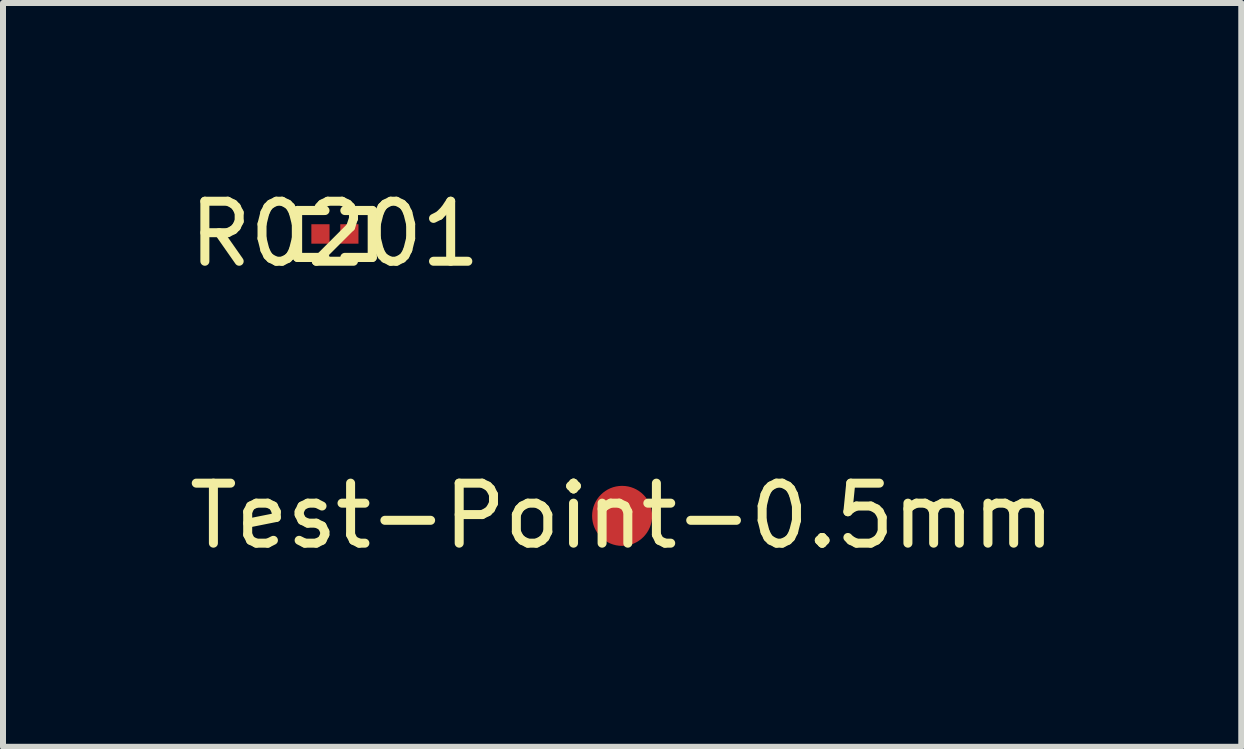
<source format=kicad_pcb>
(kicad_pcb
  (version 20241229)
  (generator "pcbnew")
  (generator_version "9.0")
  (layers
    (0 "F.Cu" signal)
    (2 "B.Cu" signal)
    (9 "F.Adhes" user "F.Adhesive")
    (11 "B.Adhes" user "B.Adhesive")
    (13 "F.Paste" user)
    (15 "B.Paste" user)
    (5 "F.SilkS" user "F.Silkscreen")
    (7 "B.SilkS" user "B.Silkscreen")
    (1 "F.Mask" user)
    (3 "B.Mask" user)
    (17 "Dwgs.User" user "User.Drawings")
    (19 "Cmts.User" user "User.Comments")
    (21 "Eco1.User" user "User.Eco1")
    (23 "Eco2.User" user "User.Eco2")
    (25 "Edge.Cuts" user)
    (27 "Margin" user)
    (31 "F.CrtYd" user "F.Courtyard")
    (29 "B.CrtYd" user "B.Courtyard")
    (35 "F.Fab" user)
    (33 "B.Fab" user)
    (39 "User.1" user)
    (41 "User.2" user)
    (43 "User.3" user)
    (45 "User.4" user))
  (footprint "Test-Point-0.5mm"
    (layer "F.Cu")
    (at 7.315 5.545)
    (property "Reference" "Test-Point-0.5mm" (at 0 0 0) (layer "F.SilkS") (effects (font (size 1 1) (thickness 0.15))))
    (pad "1" smd circle (at 0 0) (size 1 1) (layers "F.Cu" "F.Mask" "F.Paste")))
  (footprint "R0201"
    (layer "F.Cu")
    (at 2.53 0.848)
    (property "Reference" "R0201" (at 0 0 0) (layer "F.SilkS") (effects (font (size 1 1) (thickness 0.15))))
    (fp_line (start -0.622 -0.391) (end -0.166 -0.391) (stroke (width 0.152) (type default)) (layer "F.SilkS"))
    (fp_line (start -0.622 0.391) (end -0.622 -0.391) (stroke (width 0.152) (type default)) (layer "F.SilkS"))
    (fp_line (start -0.166 0.391) (end -0.622 0.391) (stroke (width 0.152) (type default)) (layer "F.SilkS"))
    (fp_line (start 0.166 0.391) (end 0.622 0.391) (stroke (width 0.152) (type default)) (layer "F.SilkS"))
    (fp_line (start 0.622 -0.391) (end 0.166 -0.391) (stroke (width 0.152) (type default)) (layer "F.SilkS"))
    (fp_line (start 0.622 0.391) (end 0.622 -0.391) (stroke (width 0.152) (type default)) (layer "F.SilkS"))
    (fp_poly (pts (xy -0.081 0.138) (xy -0.081 -0.138) (xy -0.105 -0.162) (xy -0.369 -0.162) (xy -0.393 -0.138) (xy -0.393 0.138) (xy -0.369 0.162) (xy -0.105 0.162)) (stroke (width 0) (type default)) (fill yes) (layer "F.Paste"))
    (fp_poly (pts (xy 0.081 0.138) (xy 0.081 -0.138) (xy 0.105 -0.162) (xy 0.369 -0.162) (xy 0.393 -0.138) (xy 0.393 0.138) (xy 0.369 0.162) (xy 0.105 0.162)) (stroke (width 0) (type default)) (fill yes) (layer "F.Paste"))
    (fp_poly (pts (xy -0.3 0.15) (xy -0.3 -0.15) (xy -0.15 -0.15) (xy -0.15 0.15)) (stroke (width 0.1) (type default)) (fill no) (layer "User.1"))
    (fp_poly (pts (xy 0.3 0.15) (xy 0.3 -0.15) (xy 0.15 -0.15) (xy 0.15 0.15)) (stroke (width 0.1) (type default)) (fill no) (layer "User.1"))
    (fp_line (start -0.3 -0.15) (end 0.3 -0.15) (stroke (width 0.051) (type default)) (layer "User.2"))
    (fp_line (start -0.3 0.15) (end -0.3 -0.15) (stroke (width 0.051) (type default)) (layer "User.2"))
    (fp_line (start 0.3 -0.15) (end 0.3 0.15) (stroke (width 0.051) (type default)) (layer "User.2"))
    (fp_line (start 0.3 0.15) (end -0.3 0.15) (stroke (width 0.051) (type default)) (layer "User.2"))
    (fp_poly (pts (xy -0.245 0.127) (xy -0.277 0.095) (xy -0.323 0.095) (xy -0.355 0.127) (xy -0.355 0.173) (xy -0.323 0.205) (xy -0.277 0.205) (xy -0.245 0.173)) (stroke (width 0.1) (type default)) (fill no) (layer "User.3"))
    (pad "1" smd rect (at -0.241 0) (size 0.303 0.324) (layers "F.Cu" "F.Mask" "F.Paste"))
    (pad "2" smd rect (at 0.241 0) (size 0.303 0.324) (layers "F.Cu" "F.Mask" "F.Paste")))
  (gr_rect
    (start -3 -3)
    (end 17.631 9.393)
    (stroke (width 0.1) (type default))
    (fill no)
    (layer "Edge.Cuts")))
</source>
